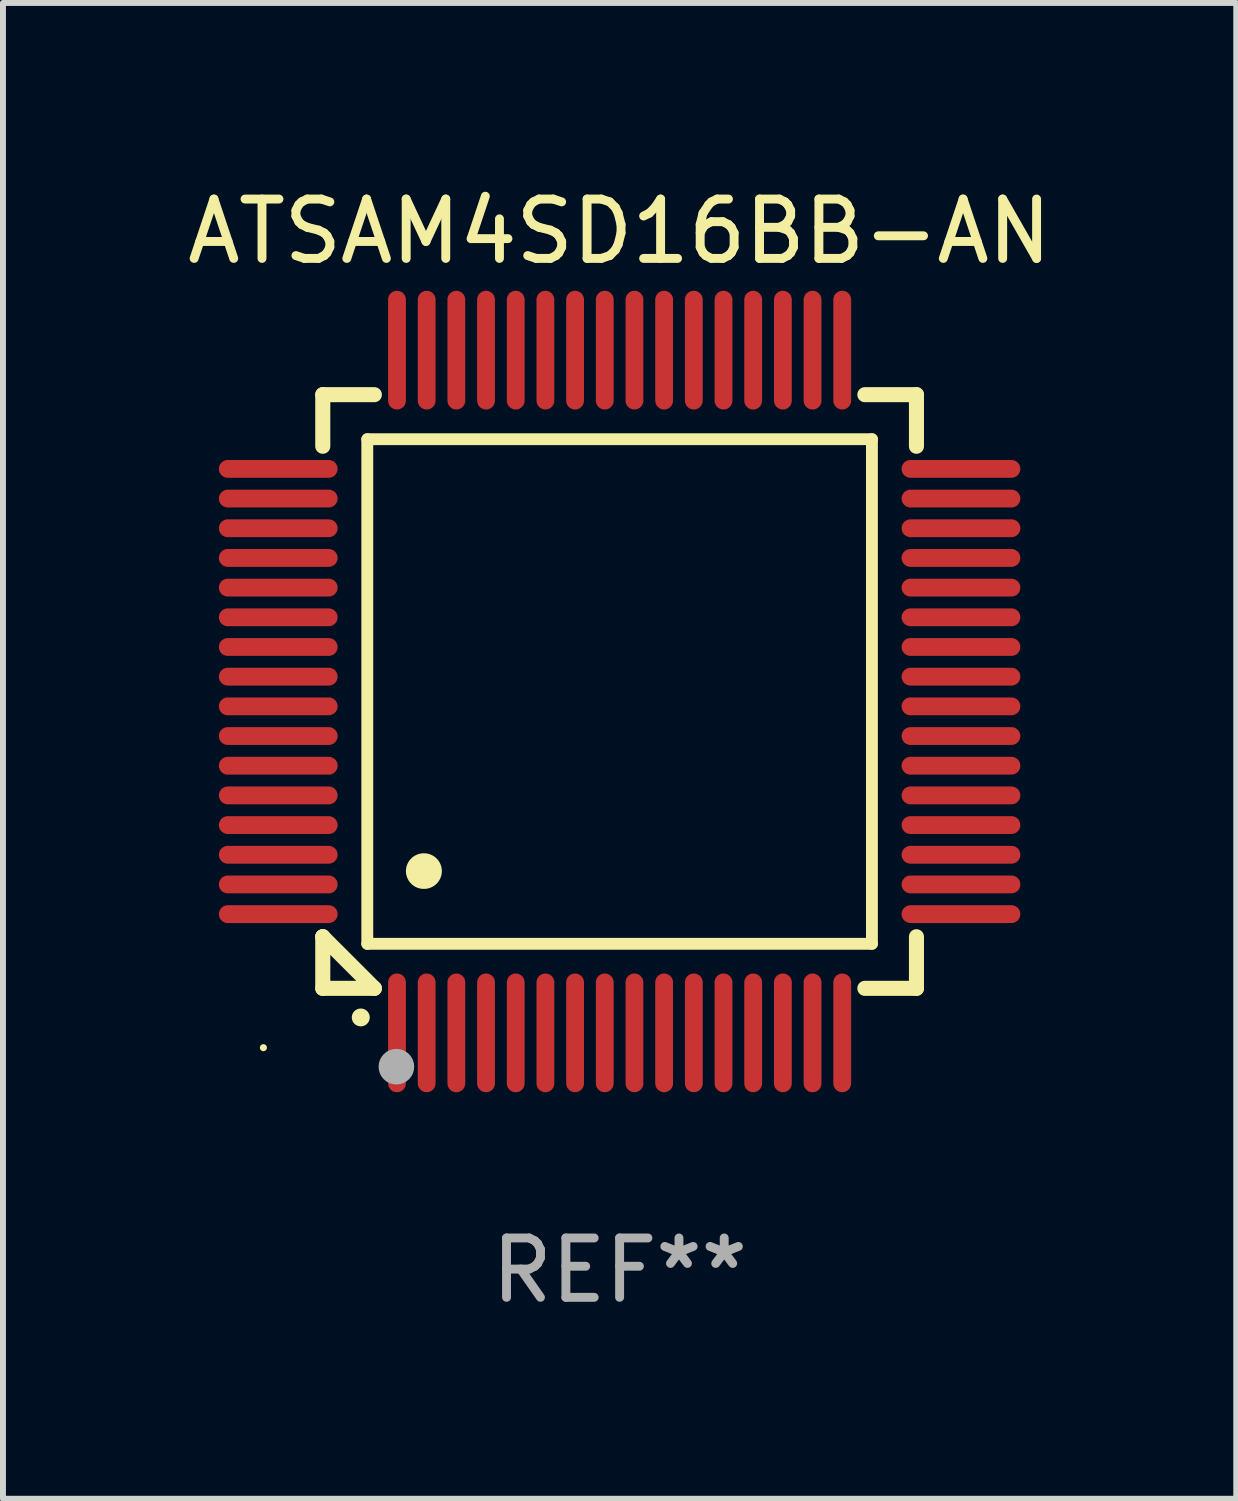
<source format=kicad_pcb>
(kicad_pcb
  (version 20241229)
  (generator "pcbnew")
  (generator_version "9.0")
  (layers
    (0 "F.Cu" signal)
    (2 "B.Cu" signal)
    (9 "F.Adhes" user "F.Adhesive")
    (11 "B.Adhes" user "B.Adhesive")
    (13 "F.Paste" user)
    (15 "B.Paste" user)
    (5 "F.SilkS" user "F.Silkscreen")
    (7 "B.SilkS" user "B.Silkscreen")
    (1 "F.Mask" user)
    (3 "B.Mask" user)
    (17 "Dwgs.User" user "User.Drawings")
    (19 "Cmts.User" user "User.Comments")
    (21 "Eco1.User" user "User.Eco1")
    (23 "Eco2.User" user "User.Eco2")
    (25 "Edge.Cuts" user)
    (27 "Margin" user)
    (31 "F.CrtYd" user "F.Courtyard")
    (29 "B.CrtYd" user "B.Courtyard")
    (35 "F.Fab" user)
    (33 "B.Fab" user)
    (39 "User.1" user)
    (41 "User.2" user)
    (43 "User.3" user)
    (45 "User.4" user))
  (footprint "ATSAM4SD16BB-AN"
    (layer "F.Cu")
    (at 7.387 8.598)
    (property "Reference" "ATSAM4SD16BB-AN" (at 0 -7.75 0) (layer "F.SilkS") (effects (font (size 1 1) (thickness 0.15))))
    (attr through_hole)
    (fp_line (start -5 -5) (end -4.131 -5) (stroke (width 0.254) (type solid)) (layer "F.SilkS"))
    (fp_line (start -5 -4.131) (end -5 -5) (stroke (width 0.254) (type solid)) (layer "F.SilkS"))
    (fp_line (start -5 4.131) (end -5 4.131) (stroke (width 0.254) (type solid)) (layer "F.SilkS"))
    (fp_line (start -5 5) (end -5 4.131) (stroke (width 0.254) (type solid)) (layer "F.SilkS"))
    (fp_line (start -5 4.131) (end -4.131 5) (stroke (width 0.254) (type solid)) (layer "F.SilkS"))
    (fp_line (start -4.25 -4.25) (end -4.25 4.25) (stroke (width 0.2) (type solid)) (layer "F.SilkS"))
    (fp_line (start -4.25 4.25) (end 4.25 4.25) (stroke (width 0.2) (type solid)) (layer "F.SilkS"))
    (fp_line (start -4.131 5) (end -5 5) (stroke (width 0.254) (type solid)) (layer "F.SilkS"))
    (fp_line (start 4.25 -4.25) (end -4.25 -4.25) (stroke (width 0.2) (type solid)) (layer "F.SilkS"))
    (fp_line (start 4.25 4.25) (end 4.25 -4.25) (stroke (width 0.2) (type solid)) (layer "F.SilkS"))
    (fp_line (start 5 -5) (end 4.131 -5) (stroke (width 0.254) (type solid)) (layer "F.SilkS"))
    (fp_line (start 5 -5) (end 5 -4.131) (stroke (width 0.254) (type solid)) (layer "F.SilkS"))
    (fp_line (start 5 4.131) (end 5 5) (stroke (width 0.254) (type solid)) (layer "F.SilkS"))
    (fp_line (start 5 5) (end 4.131 5) (stroke (width 0.254) (type solid)) (layer "F.SilkS"))
    (fp_arc (start -4.361265 5.489992) (mid -4.359995 5.489987) (end -4.358725 5.489992) (stroke (width 0.3) (type solid)) (layer "F.SilkS"))
    (fp_arc (start -3.299467 3.025146) (mid -3.296927 3.025135) (end -3.294387 3.025146) (stroke (width 0.6) (type solid)) (layer "F.SilkS"))
    (fp_circle (center -6 6) (end -5.97 6) (stroke (width 0.06) (type solid)) (fill no) (layer "F.SilkS"))
    (fp_circle (center -3.76 6.32) (end -3.61 6.32) (stroke (width 0.3) (type solid)) (fill no) (layer "F.Fab"))
    (fp_text user "REF**" (at 0 9.75 0) (layer "F.Fab") (effects (font (size 1 1) (thickness 0.15))))
    (pad "1" smd oval (at -3.75 5.75) (size 0.3 2) (layers "F.Cu" "F.Mask" "F.Paste"))
    (pad "2" smd oval (at -3.25 5.75) (size 0.3 2) (layers "F.Cu" "F.Mask" "F.Paste"))
    (pad "3" smd oval (at -2.75 5.75) (size 0.3 2) (layers "F.Cu" "F.Mask" "F.Paste"))
    (pad "4" smd oval (at -2.25 5.75) (size 0.3 2) (layers "F.Cu" "F.Mask" "F.Paste"))
    (pad "5" smd oval (at -1.75 5.75) (size 0.3 2) (layers "F.Cu" "F.Mask" "F.Paste"))
    (pad "6" smd oval (at -1.25 5.75) (size 0.3 2) (layers "F.Cu" "F.Mask" "F.Paste"))
    (pad "7" smd oval (at -0.75 5.75) (size 0.3 2) (layers "F.Cu" "F.Mask" "F.Paste"))
    (pad "8" smd oval (at -0.25 5.75) (size 0.3 2) (layers "F.Cu" "F.Mask" "F.Paste"))
    (pad "9" smd oval (at 0.25 5.75) (size 0.3 2) (layers "F.Cu" "F.Mask" "F.Paste"))
    (pad "10" smd oval (at 0.75 5.75) (size 0.3 2) (layers "F.Cu" "F.Mask" "F.Paste"))
    (pad "11" smd oval (at 1.25 5.75) (size 0.3 2) (layers "F.Cu" "F.Mask" "F.Paste"))
    (pad "12" smd oval (at 1.75 5.75) (size 0.3 2) (layers "F.Cu" "F.Mask" "F.Paste"))
    (pad "13" smd oval (at 2.25 5.75) (size 0.3 2) (layers "F.Cu" "F.Mask" "F.Paste"))
    (pad "14" smd oval (at 2.75 5.75) (size 0.3 2) (layers "F.Cu" "F.Mask" "F.Paste"))
    (pad "15" smd oval (at 3.25 5.75) (size 0.3 2) (layers "F.Cu" "F.Mask" "F.Paste"))
    (pad "16" smd oval (at 3.75 5.75) (size 0.3 2) (layers "F.Cu" "F.Mask" "F.Paste"))
    (pad "17" smd oval (at 5.75 3.75) (size 2 0.3) (layers "F.Cu" "F.Mask" "F.Paste"))
    (pad "18" smd oval (at 5.75 3.25) (size 2 0.3) (layers "F.Cu" "F.Mask" "F.Paste"))
    (pad "19" smd oval (at 5.75 2.75) (size 2 0.3) (layers "F.Cu" "F.Mask" "F.Paste"))
    (pad "20" smd oval (at 5.75 2.25) (size 2 0.3) (layers "F.Cu" "F.Mask" "F.Paste"))
    (pad "21" smd oval (at 5.75 1.75) (size 2 0.3) (layers "F.Cu" "F.Mask" "F.Paste"))
    (pad "22" smd oval (at 5.75 1.25) (size 2 0.3) (layers "F.Cu" "F.Mask" "F.Paste"))
    (pad "23" smd oval (at 5.75 0.75) (size 2 0.3) (layers "F.Cu" "F.Mask" "F.Paste"))
    (pad "24" smd oval (at 5.75 0.25) (size 2 0.3) (layers "F.Cu" "F.Mask" "F.Paste"))
    (pad "25" smd oval (at 5.75 -0.25) (size 2 0.3) (layers "F.Cu" "F.Mask" "F.Paste"))
    (pad "26" smd oval (at 5.75 -0.75) (size 2 0.3) (layers "F.Cu" "F.Mask" "F.Paste"))
    (pad "27" smd oval (at 5.75 -1.25) (size 2 0.3) (layers "F.Cu" "F.Mask" "F.Paste"))
    (pad "28" smd oval (at 5.75 -1.75) (size 2 0.3) (layers "F.Cu" "F.Mask" "F.Paste"))
    (pad "29" smd oval (at 5.75 -2.25) (size 2 0.3) (layers "F.Cu" "F.Mask" "F.Paste"))
    (pad "30" smd oval (at 5.75 -2.75) (size 2 0.3) (layers "F.Cu" "F.Mask" "F.Paste"))
    (pad "31" smd oval (at 5.75 -3.25) (size 2 0.3) (layers "F.Cu" "F.Mask" "F.Paste"))
    (pad "32" smd oval (at 5.75 -3.75) (size 2 0.3) (layers "F.Cu" "F.Mask" "F.Paste"))
    (pad "33" smd oval (at 3.75 -5.75) (size 0.3 2) (layers "F.Cu" "F.Mask" "F.Paste"))
    (pad "34" smd oval (at 3.25 -5.75) (size 0.3 2) (layers "F.Cu" "F.Mask" "F.Paste"))
    (pad "35" smd oval (at 2.75 -5.75) (size 0.3 2) (layers "F.Cu" "F.Mask" "F.Paste"))
    (pad "36" smd oval (at 2.25 -5.75) (size 0.3 2) (layers "F.Cu" "F.Mask" "F.Paste"))
    (pad "37" smd oval (at 1.75 -5.75) (size 0.3 2) (layers "F.Cu" "F.Mask" "F.Paste"))
    (pad "38" smd oval (at 1.25 -5.75) (size 0.3 2) (layers "F.Cu" "F.Mask" "F.Paste"))
    (pad "39" smd oval (at 0.75 -5.75) (size 0.3 2) (layers "F.Cu" "F.Mask" "F.Paste"))
    (pad "40" smd oval (at 0.25 -5.75) (size 0.3 2) (layers "F.Cu" "F.Mask" "F.Paste"))
    (pad "41" smd oval (at -0.25 -5.75) (size 0.3 2) (layers "F.Cu" "F.Mask" "F.Paste"))
    (pad "42" smd oval (at -0.75 -5.75) (size 0.3 2) (layers "F.Cu" "F.Mask" "F.Paste"))
    (pad "43" smd oval (at -1.25 -5.75) (size 0.3 2) (layers "F.Cu" "F.Mask" "F.Paste"))
    (pad "44" smd oval (at -1.75 -5.75) (size 0.3 2) (layers "F.Cu" "F.Mask" "F.Paste"))
    (pad "45" smd oval (at -2.25 -5.75) (size 0.3 2) (layers "F.Cu" "F.Mask" "F.Paste"))
    (pad "46" smd oval (at -2.75 -5.75) (size 0.3 2) (layers "F.Cu" "F.Mask" "F.Paste"))
    (pad "47" smd oval (at -3.25 -5.75) (size 0.3 2) (layers "F.Cu" "F.Mask" "F.Paste"))
    (pad "48" smd oval (at -3.75 -5.75) (size 0.3 2) (layers "F.Cu" "F.Mask" "F.Paste"))
    (pad "49" smd oval (at -5.75 -3.75) (size 2 0.3) (layers "F.Cu" "F.Mask" "F.Paste"))
    (pad "50" smd oval (at -5.75 -3.25) (size 2 0.3) (layers "F.Cu" "F.Mask" "F.Paste"))
    (pad "51" smd oval (at -5.75 -2.75) (size 2 0.3) (layers "F.Cu" "F.Mask" "F.Paste"))
    (pad "52" smd oval (at -5.75 -2.25) (size 2 0.3) (layers "F.Cu" "F.Mask" "F.Paste"))
    (pad "53" smd oval (at -5.75 -1.75) (size 2 0.3) (layers "F.Cu" "F.Mask" "F.Paste"))
    (pad "54" smd oval (at -5.75 -1.25) (size 2 0.3) (layers "F.Cu" "F.Mask" "F.Paste"))
    (pad "55" smd oval (at -5.75 -0.75) (size 2 0.3) (layers "F.Cu" "F.Mask" "F.Paste"))
    (pad "56" smd oval (at -5.75 -0.25) (size 2 0.3) (layers "F.Cu" "F.Mask" "F.Paste"))
    (pad "57" smd oval (at -5.75 0.25) (size 2 0.3) (layers "F.Cu" "F.Mask" "F.Paste"))
    (pad "58" smd oval (at -5.75 0.75) (size 2 0.3) (layers "F.Cu" "F.Mask" "F.Paste"))
    (pad "59" smd oval (at -5.75 1.25) (size 2 0.3) (layers "F.Cu" "F.Mask" "F.Paste"))
    (pad "60" smd oval (at -5.75 1.75) (size 2 0.3) (layers "F.Cu" "F.Mask" "F.Paste"))
    (pad "61" smd oval (at -5.75 2.25) (size 2 0.3) (layers "F.Cu" "F.Mask" "F.Paste"))
    (pad "62" smd oval (at -5.75 2.75) (size 2 0.3) (layers "F.Cu" "F.Mask" "F.Paste"))
    (pad "63" smd oval (at -5.75 3.25) (size 2 0.3) (layers "F.Cu" "F.Mask" "F.Paste"))
    (pad "64" smd oval (at -5.75 3.75) (size 2 0.3) (layers "F.Cu" "F.Mask" "F.Paste")))
  (gr_rect
    (start -3 -3)
    (end 17.774 22.196)
    (stroke (width 0.1) (type default))
    (fill no)
    (layer "Edge.Cuts")))
</source>
